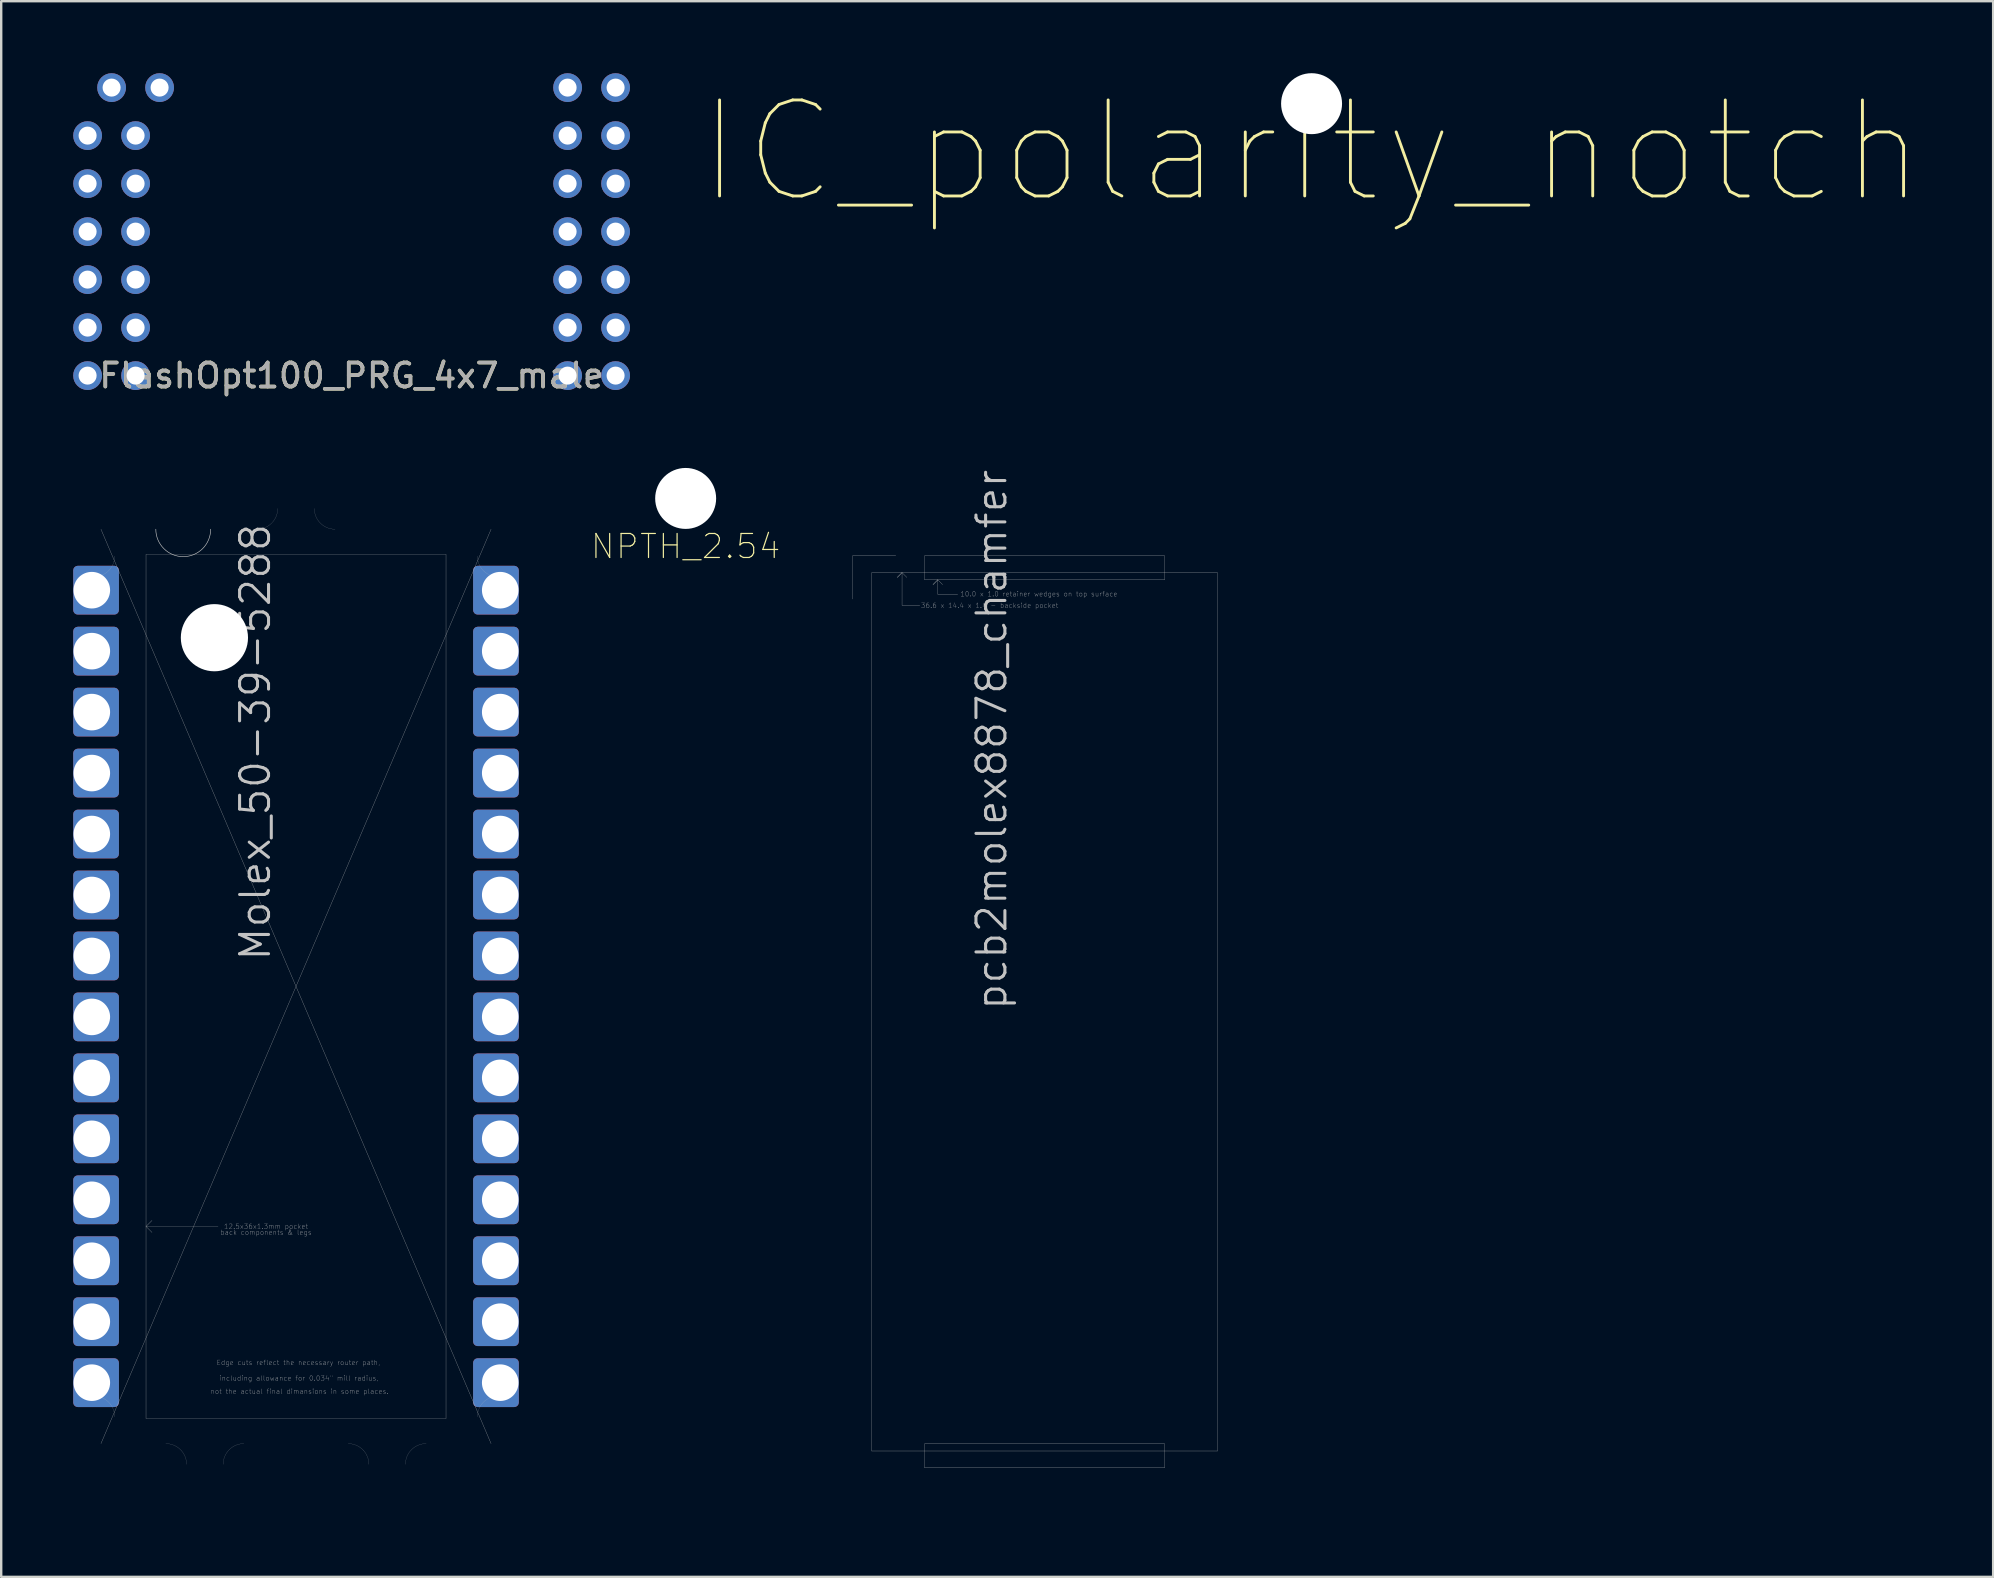
<source format=kicad_pcb>
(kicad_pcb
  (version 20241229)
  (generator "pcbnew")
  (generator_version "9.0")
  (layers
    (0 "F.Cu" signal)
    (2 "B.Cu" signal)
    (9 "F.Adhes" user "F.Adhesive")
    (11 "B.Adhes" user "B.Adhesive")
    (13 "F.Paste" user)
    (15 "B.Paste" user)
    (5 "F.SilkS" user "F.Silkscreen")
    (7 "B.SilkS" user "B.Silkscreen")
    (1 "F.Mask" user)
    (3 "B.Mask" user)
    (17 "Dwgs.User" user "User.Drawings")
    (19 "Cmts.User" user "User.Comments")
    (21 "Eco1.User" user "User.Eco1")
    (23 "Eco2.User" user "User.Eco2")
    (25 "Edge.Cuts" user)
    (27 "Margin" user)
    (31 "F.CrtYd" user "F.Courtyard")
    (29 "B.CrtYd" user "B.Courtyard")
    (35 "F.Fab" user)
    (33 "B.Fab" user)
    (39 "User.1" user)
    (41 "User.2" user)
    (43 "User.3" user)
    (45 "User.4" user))
  (footprint "IC_polarity_notch"
    (layer "F.Cu")
    (at 51.599 1.27)
    (property "Reference" "IC_polarity_notch" (at 0 2 0) (layer "F.SilkS") (effects (font (size 4 4) (thickness 0.12))))
    (attr through_hole)
    (pad "" np_thru_hole circle (at 0 0) (size 2.54 2.54) (drill 2.54) (layers "*.Cu" "*.Mask")))
  (footprint "NPTH_2.54"
    (layer "F.Cu")
    (at 25.519 17.718)
    (property "Reference" "NPTH_2.54" (at 0 2 0) (layer "F.SilkS") (effects (font (size 1 1) (thickness 0.05))))
    (attr through_hole)
    (pad "" np_thru_hole circle (at 0 0) (size 2.54 2.54) (drill 2.54) (layers "*.Cu" "*.Mask")))
  (footprint "FlashOpt100_PRG_4x7_male"
    (layer "F.Cu")
    (at 11.6 6.6)
    (property "Reference" "FlashOpt100_PRG_4x7_male" (at 0 6 0) (unlocked yes) (layer "F.SilkS") (effects (font (size 1 1) (thickness 0.15))))
    (attr through_hole)
    (fp_text user "${REFERENCE}" (at 0 6 0) (layer "F.Fab") (effects (font (size 1 1) (thickness 0.15))))
    (pad "1" thru_hole circle (at -8 -6) (size 1.2 1.2) (drill 0.75) (layers "*.Cu" "*.Mask"))
    (pad "2" thru_hole circle (at -10 -6) (size 1.2 1.2) (drill 0.75) (layers "*.Cu" "*.Mask"))
    (pad "3" thru_hole circle (at -9 -4) (size 1.2 1.2) (drill 0.75) (layers "*.Cu" "*.Mask"))
    (pad "4" thru_hole circle (at -11 -4) (size 1.2 1.2) (drill 0.75) (layers "*.Cu" "*.Mask"))
    (pad "5" thru_hole circle (at -9 -2) (size 1.2 1.2) (drill 0.75) (layers "*.Cu" "*.Mask"))
    (pad "6" thru_hole circle (at -11 -2) (size 1.2 1.2) (drill 0.75) (layers "*.Cu" "*.Mask"))
    (pad "7" thru_hole circle (at -9 0) (size 1.2 1.2) (drill 0.75) (layers "*.Cu" "*.Mask"))
    (pad "8" thru_hole circle (at -11 0) (size 1.2 1.2) (drill 0.75) (layers "*.Cu" "*.Mask"))
    (pad "9" thru_hole circle (at -9 2) (size 1.2 1.2) (drill 0.75) (layers "*.Cu" "*.Mask"))
    (pad "10" thru_hole circle (at -11 2) (size 1.2 1.2) (drill 0.75) (layers "*.Cu" "*.Mask"))
    (pad "11" thru_hole circle (at -9 4) (size 1.2 1.2) (drill 0.75) (layers "*.Cu" "*.Mask"))
    (pad "12" thru_hole circle (at -11 4) (size 1.2 1.2) (drill 0.75) (layers "*.Cu" "*.Mask"))
    (pad "13" thru_hole circle (at -9 6) (size 1.2 1.2) (drill 0.75) (layers "*.Cu" "*.Mask"))
    (pad "14" thru_hole circle (at -11 6) (size 1.2 1.2) (drill 0.75) (layers "*.Cu" "*.Mask"))
    (pad "15" thru_hole circle (at 9 6) (size 1.2 1.2) (drill 0.75) (layers "*.Cu" "*.Mask"))
    (pad "16" thru_hole circle (at 11 6) (size 1.2 1.2) (drill 0.75) (layers "*.Cu" "*.Mask"))
    (pad "17" thru_hole circle (at 9 4) (size 1.2 1.2) (drill 0.75) (layers "*.Cu" "*.Mask"))
    (pad "18" thru_hole circle (at 11 4) (size 1.2 1.2) (drill 0.75) (layers "*.Cu" "*.Mask"))
    (pad "19" thru_hole circle (at 9 2) (size 1.2 1.2) (drill 0.75) (layers "*.Cu" "*.Mask"))
    (pad "20" thru_hole circle (at 11 2) (size 1.2 1.2) (drill 0.75) (layers "*.Cu" "*.Mask"))
    (pad "21" thru_hole circle (at 9 0) (size 1.2 1.2) (drill 0.75) (layers "*.Cu" "*.Mask"))
    (pad "22" thru_hole circle (at 11 0) (size 1.2 1.2) (drill 0.75) (layers "*.Cu" "*.Mask"))
    (pad "23" thru_hole circle (at 9 -2) (size 1.2 1.2) (drill 0.75) (layers "*.Cu" "*.Mask"))
    (pad "24" thru_hole circle (at 11 -2) (size 1.2 1.2) (drill 0.75) (layers "*.Cu" "*.Mask"))
    (pad "25" thru_hole circle (at 9 -4) (size 1.2 1.2) (drill 0.75) (layers "*.Cu" "*.Mask"))
    (pad "26" thru_hole circle (at 11 -4) (size 1.2 1.2) (drill 0.75) (layers "*.Cu" "*.Mask"))
    (pad "27" thru_hole circle (at 9 -6) (size 1.2 1.2) (drill 0.75) (layers "*.Cu" "*.Mask"))
    (pad "28" thru_hole circle (at 11 -6) (size 1.2 1.2) (drill 0.75) (layers "*.Cu" "*.Mask")))
  (footprint "Molex_50-39-5288"
    (layer "F.Cu")
    (at 9.284 38.051)
    (property "Reference" "Molex_50-39-5288" (at -0.991 -0.991 270) (layer "Dwgs.User") (effects (font (size 1.206 1.206) (thickness 0.127)) (justify left bottom)))
    (attr through_hole)
    (fp_line (start -8.128 -19.05) (end 8.128 19.05) (stroke (width 0.01) (type solid)) (layer "Dwgs.User"))
    (fp_line (start -8.128 19.05) (end 8.128 -19.05) (stroke (width 0.01) (type solid)) (layer "Dwgs.User"))
    (fp_line (start -6.25 -18) (end -6.25 18) (stroke (width 0.01) (type solid)) (layer "Dwgs.User"))
    (fp_line (start -6.25 10) (end -6 10.25) (stroke (width 0.01) (type solid)) (layer "Dwgs.User"))
    (fp_line (start -6.25 10) (end -3.25 10) (stroke (width 0.01) (type solid)) (layer "Dwgs.User"))
    (fp_line (start -6.25 18) (end 6.25 18) (stroke (width 0.01) (type solid)) (layer "Dwgs.User"))
    (fp_line (start -6 9.75) (end -6.25 10) (stroke (width 0.01) (type solid)) (layer "Dwgs.User"))
    (fp_line (start 6.25 -18) (end -6.25 -18) (stroke (width 0.01) (type solid)) (layer "Dwgs.User"))
    (fp_line (start 6.25 18) (end 6.25 -18) (stroke (width 0.01) (type solid)) (layer "Dwgs.User"))
    (fp_arc (start -8.4201 17.0688) (mid -7.809443 17.321743) (end -7.5565 17.9324) (stroke (width 0.00508) (type solid)) (layer "Dwgs.User"))
    (fp_arc (start -7.5565 -17.9324) (mid -7.809443 -17.321743) (end -8.4201 -17.0688) (stroke (width 0.00508) (type solid)) (layer "Dwgs.User"))
    (fp_arc (start -5.4229 19.05) (mid -4.812243 19.302943) (end -4.5593 19.9136) (stroke (width 0.00508) (type solid)) (layer "Dwgs.User"))
    (fp_arc (start -3.556 -19.05) (mid -4.699 -17.907) (end -5.842 -19.05) (stroke (width 0.0254) (type solid)) (layer "Dwgs.User"))
    (fp_arc (start -3.0353 19.9136) (mid -2.782357 19.302943) (end -2.1717 19.05) (stroke (width 0.00508) (type solid)) (layer "Dwgs.User"))
    (fp_arc (start -0.762 -19.9136) (mid -1.014943 -19.302943) (end -1.6256 -19.05) (stroke (width 0.00508) (type solid)) (layer "Dwgs.User"))
    (fp_arc (start 1.6256 -19.05) (mid 1.014943 -19.302943) (end 0.762 -19.9136) (stroke (width 0.00508) (type solid)) (layer "Dwgs.User"))
    (fp_arc (start 2.1717 19.05) (mid 2.782357 19.302943) (end 3.0353 19.9136) (stroke (width 0.00508) (type solid)) (layer "Dwgs.User"))
    (fp_arc (start 4.5593 19.9136) (mid 4.812243 19.302943) (end 5.4229 19.05) (stroke (width 0.00508) (type solid)) (layer "Dwgs.User"))
    (fp_arc (start 7.5565 17.9324) (mid 7.809443 17.321743) (end 8.4201 17.0688) (stroke (width 0.00508) (type solid)) (layer "Dwgs.User"))
    (fp_arc (start 8.4201 -17.0688) (mid 7.809443 -17.321743) (end 7.5565 -17.9324) (stroke (width 0.00508) (type solid)) (layer "Dwgs.User"))
    (fp_line (start -8.128 -19.05) (end -0.762 -19.05) (stroke (width 0.025) (type solid)) (layer "Eco1.User"))
    (fp_line (start -8.128 19.05) (end -8.128 -19.05) (stroke (width 0.025) (type solid)) (layer "Eco1.User"))
    (fp_line (start -4.559 19.05) (end -8.128 19.05) (stroke (width 0.025) (type solid)) (layer "Eco1.User"))
    (fp_line (start -4.559 19.05) (end -4.559 21.59) (stroke (width 0.025) (type solid)) (layer "Eco1.User"))
    (fp_line (start -4.559 21.59) (end -3.035 21.59) (stroke (width 0.025) (type solid)) (layer "Eco1.User"))
    (fp_line (start -3.035 21.59) (end -3.035 19.05) (stroke (width 0.025) (type solid)) (layer "Eco1.User"))
    (fp_line (start -0.762 -21.59) (end 0.762 -21.59) (stroke (width 0.025) (type solid)) (layer "Eco1.User"))
    (fp_line (start -0.762 -19.05) (end -0.762 -21.59) (stroke (width 0.025) (type solid)) (layer "Eco1.User"))
    (fp_line (start 0.762 -21.59) (end 0.762 -19.05) (stroke (width 0.025) (type solid)) (layer "Eco1.User"))
    (fp_line (start 0.762 -19.05) (end 8.128 -19.05) (stroke (width 0.025) (type solid)) (layer "Eco1.User"))
    (fp_line (start 3.035 19.05) (end -3.035 19.05) (stroke (width 0.025) (type solid)) (layer "Eco1.User"))
    (fp_line (start 3.035 21.59) (end 3.035 19.05) (stroke (width 0.025) (type solid)) (layer "Eco1.User"))
    (fp_line (start 4.559 19.05) (end 4.559 21.59) (stroke (width 0.025) (type solid)) (layer "Eco1.User"))
    (fp_line (start 4.559 21.59) (end 3.035 21.59) (stroke (width 0.025) (type solid)) (layer "Eco1.User"))
    (fp_line (start 8.128 19.05) (end 4.559 19.05) (stroke (width 0.025) (type solid)) (layer "Eco1.User"))
    (fp_line (start 8.128 19.05) (end 8.128 -19.05) (stroke (width 0.025) (type solid)) (layer "Eco1.User"))
    (fp_line (start -8.128 -17.069) (end -8.128 17.069) (stroke (width 0.01) (type solid)) (layer "Eco2.User"))
    (fp_line (start -8.128 -17.069) (end -7.556 -17.069) (stroke (width 0.01) (type solid)) (layer "Eco2.User"))
    (fp_line (start -7.556 -18.644) (end 7.556 -18.644) (stroke (width 0.01) (type solid)) (layer "Eco2.User"))
    (fp_line (start -7.556 -17.069) (end -7.556 -18.644) (stroke (width 0.01) (type solid)) (layer "Eco2.User"))
    (fp_line (start -7.556 17.069) (end -8.128 17.069) (stroke (width 0.01) (type solid)) (layer "Eco2.User"))
    (fp_line (start -7.556 18.644) (end -7.556 17.069) (stroke (width 0.01) (type solid)) (layer "Eco2.User"))
    (fp_line (start -7.556 18.644) (end 7.556 18.644) (stroke (width 0.01) (type solid)) (layer "Eco2.User"))
    (fp_line (start 7.556 -18.644) (end 7.556 -17.069) (stroke (width 0.01) (type solid)) (layer "Eco2.User"))
    (fp_line (start 7.556 -17.069) (end 8.128 -17.069) (stroke (width 0.01) (type solid)) (layer "Eco2.User"))
    (fp_line (start 7.556 17.069) (end 8.128 17.069) (stroke (width 0.01) (type solid)) (layer "Eco2.User"))
    (fp_line (start 7.556 18.644) (end 7.556 17.069) (stroke (width 0.01) (type solid)) (layer "Eco2.User"))
    (fp_line (start 8.128 17.069) (end 8.128 -17.069) (stroke (width 0.01) (type solid)) (layer "Eco2.User"))
    (fp_text user "12.5x36x1.3mm pocket" (at -1.25 10 0) (layer "Dwgs.User") (effects (font (size 0.2 0.2) (thickness 0.01))))
    (fp_text user "back components & legs" (at -1.25 10.25 0) (layer "Dwgs.User") (effects (font (size 0.2 0.2) (thickness 0.01))))
    (fp_text user "including allowance for 0.034\" mill radius," (at 0.125 16.325 0) (layer "Dwgs.User") (effects (font (size 0.2 0.2) (thickness 0.01))))
    (fp_text user "not the actual final dimansions in some places." (at 0.15 16.875 0) (layer "Dwgs.User") (effects (font (size 0.2 0.2) (thickness 0.01))))
    (fp_text user "Edge cuts reflect the necessary router path," (at 0.1 15.675 0) (layer "Dwgs.User") (effects (font (size 0.2 0.2) (thickness 0.01))))
    (fp_text user "May delete NPTH mechanical polarity hole." (at 0 12.75 0) (layer "Eco1.User") (effects (font (size 0.2 0.2) (thickness 0.01))))
    (fp_text user "Eco1.User is Edge.Cuts for use without carrier." (at -0.03 12.25 0) (layer "Eco1.User") (effects (font (size 0.2 0.2) (thickness 0.01))))
    (fp_text user "Eco2.User is Edge.Cuts for use with" (at 0.075 13.5 0) (layer "Eco2.User") (effects (font (size 0.2 0.2) (thickness 0.01))))
    (fp_text user "thingiverse.com/thing:3723135" (at 0 14 0) (layer "Eco2.User") (effects (font (size 0.2 0.2) (thickness 0.01))))
    (pad "" np_thru_hole circle (at -3.4 -14.53) (size 2.8 2.8) (drill 2.8) (layers "*.Cu" "*.Mask"))
    (pad "1" thru_hole roundrect (at -8.509 -16.51) (size 1.905 2.032) (drill 1.524 (offset 0.178 0)) (layers "*.Cu" "*.Mask") (roundrect_rratio 0.1))
    (pad "2" thru_hole roundrect (at -8.509 -13.97) (size 1.905 2.032) (drill 1.524 (offset 0.178 0)) (layers "*.Cu" "*.Mask") (roundrect_rratio 0.1))
    (pad "3" thru_hole roundrect (at -8.509 -11.43) (size 1.905 2.032) (drill 1.524 (offset 0.178 0)) (layers "*.Cu" "*.Mask") (roundrect_rratio 0.1))
    (pad "4" thru_hole roundrect (at -8.509 -8.89) (size 1.905 2.032) (drill 1.524 (offset 0.178 0)) (layers "*.Cu" "*.Mask") (roundrect_rratio 0.1))
    (pad "5" thru_hole roundrect (at -8.509 -6.35) (size 1.905 2.032) (drill 1.524 (offset 0.178 0)) (layers "*.Cu" "*.Mask") (roundrect_rratio 0.1))
    (pad "6" thru_hole roundrect (at -8.509 -3.81) (size 1.905 2.032) (drill 1.524 (offset 0.178 0)) (layers "*.Cu" "*.Mask") (roundrect_rratio 0.1))
    (pad "7" thru_hole roundrect (at -8.509 -1.27) (size 1.905 2.032) (drill 1.524 (offset 0.178 0)) (layers "*.Cu" "*.Mask") (roundrect_rratio 0.1))
    (pad "8" thru_hole roundrect (at -8.509 1.27) (size 1.905 2.032) (drill 1.524 (offset 0.178 0)) (layers "*.Cu" "*.Mask") (roundrect_rratio 0.1))
    (pad "9" thru_hole roundrect (at -8.509 3.81) (size 1.905 2.032) (drill 1.524 (offset 0.178 0)) (layers "*.Cu" "*.Mask") (roundrect_rratio 0.1))
    (pad "10" thru_hole roundrect (at -8.509 6.35) (size 1.905 2.032) (drill 1.524 (offset 0.178 0)) (layers "*.Cu" "*.Mask") (roundrect_rratio 0.1))
    (pad "11" thru_hole roundrect (at -8.509 8.89) (size 1.905 2.032) (drill 1.524 (offset 0.178 0)) (layers "*.Cu" "*.Mask") (roundrect_rratio 0.1))
    (pad "12" thru_hole roundrect (at -8.509 11.43) (size 1.905 2.032) (drill 1.524 (offset 0.178 0)) (layers "*.Cu" "*.Mask") (roundrect_rratio 0.1))
    (pad "13" thru_hole roundrect (at -8.509 13.97) (size 1.905 2.032) (drill 1.524 (offset 0.178 0)) (layers "*.Cu" "*.Mask") (roundrect_rratio 0.1))
    (pad "14" thru_hole roundrect (at -8.509 16.51) (size 1.905 2.032) (drill 1.524 (offset 0.178 0)) (layers "*.Cu" "*.Mask") (roundrect_rratio 0.1))
    (pad "15" thru_hole roundrect (at 8.509 16.51 180) (size 1.905 2.032) (drill 1.524 (offset 0.178 0)) (layers "*.Cu" "*.Mask") (roundrect_rratio 0.1))
    (pad "16" thru_hole roundrect (at 8.509 13.97 180) (size 1.905 2.032) (drill 1.524 (offset 0.178 0)) (layers "*.Cu" "*.Mask") (roundrect_rratio 0.1))
    (pad "17" thru_hole roundrect (at 8.509 11.43 180) (size 1.905 2.032) (drill 1.524 (offset 0.178 0)) (layers "*.Cu" "*.Mask") (roundrect_rratio 0.1))
    (pad "18" thru_hole roundrect (at 8.509 8.89 180) (size 1.905 2.032) (drill 1.524 (offset 0.178 0)) (layers "*.Cu" "*.Mask") (roundrect_rratio 0.1))
    (pad "19" thru_hole roundrect (at 8.509 6.35 180) (size 1.905 2.032) (drill 1.524 (offset 0.178 0)) (layers "*.Cu" "*.Mask") (roundrect_rratio 0.1))
    (pad "20" thru_hole roundrect (at 8.509 3.81 180) (size 1.905 2.032) (drill 1.524 (offset 0.178 0)) (layers "*.Cu" "*.Mask") (roundrect_rratio 0.1))
    (pad "21" thru_hole roundrect (at 8.509 1.27 180) (size 1.905 2.032) (drill 1.524 (offset 0.178 0)) (layers "*.Cu" "*.Mask") (roundrect_rratio 0.1))
    (pad "22" thru_hole roundrect (at 8.509 -1.27 180) (size 1.905 2.032) (drill 1.524 (offset 0.178 0)) (layers "*.Cu" "*.Mask") (roundrect_rratio 0.1))
    (pad "23" thru_hole roundrect (at 8.509 -3.81 180) (size 1.905 2.032) (drill 1.524 (offset 0.178 0)) (layers "*.Cu" "*.Mask") (roundrect_rratio 0.1))
    (pad "24" thru_hole roundrect (at 8.509 -6.35 180) (size 1.905 2.032) (drill 1.524 (offset 0.178 0)) (layers "*.Cu" "*.Mask") (roundrect_rratio 0.1))
    (pad "25" thru_hole roundrect (at 8.509 -8.89 180) (size 1.905 2.032) (drill 1.524 (offset 0.178 0)) (layers "*.Cu" "*.Mask") (roundrect_rratio 0.1))
    (pad "26" thru_hole roundrect (at 8.509 -11.43 180) (size 1.905 2.032) (drill 1.524 (offset 0.178 0)) (layers "*.Cu" "*.Mask") (roundrect_rratio 0.1))
    (pad "27" thru_hole roundrect (at 8.509 -13.97 180) (size 1.905 2.032) (drill 1.524 (offset 0.178 0)) (layers "*.Cu" "*.Mask") (roundrect_rratio 0.1))
    (pad "28" thru_hole roundrect (at 8.509 -16.51 180) (size 1.905 2.032) (drill 1.524 (offset 0.178 0)) (layers "*.Cu" "*.Mask") (roundrect_rratio 0.1)))
  (footprint "pcb2molex8878_chamfer"
    (layer "F.Cu")
    (at 40.475 39.109)
    (property "Reference" "pcb2molex8878_chamfer" (at -1.5 0 270) (layer "Dwgs.User") (effects (font (size 1.206 1.206) (thickness 0.127)) (justify left bottom)))
    (attr exclude_from_pos_files exclude_from_bom)
    (fp_line (start -8 -19) (end -8 -17.2) (stroke (width 0.01) (type solid)) (layer "Dwgs.User"))
    (fp_line (start -8 -19) (end -6.2 -19) (stroke (width 0.01) (type solid)) (layer "Dwgs.User"))
    (fp_line (start -7.2 -18.3) (end 7.2 -18.3) (stroke (width 0.01) (type solid)) (layer "Dwgs.User"))
    (fp_line (start -7.2 18.3) (end -7.2 -18.3) (stroke (width 0.01) (type solid)) (layer "Dwgs.User"))
    (fp_line (start -6.14 -18.1) (end -5.94 -18.3) (stroke (width 0.01) (type solid)) (layer "Dwgs.User"))
    (fp_line (start -5.94 -18.3) (end -6.14 -18.1) (stroke (width 0.01) (type solid)) (layer "Dwgs.User"))
    (fp_line (start -5.94 -18.3) (end -5.94 -16.94) (stroke (width 0.01) (type solid)) (layer "Dwgs.User"))
    (fp_line (start -5.94 -18.3) (end -5.74 -18.1) (stroke (width 0.01) (type solid)) (layer "Dwgs.User"))
    (fp_line (start -5.94 -16.94) (end -5.2 -16.94) (stroke (width 0.01) (type solid)) (layer "Dwgs.User"))
    (fp_line (start -5 -19) (end -5 -18) (stroke (width 0.01) (type solid)) (layer "Dwgs.User"))
    (fp_line (start -5 -18) (end 5 -18) (stroke (width 0.01) (type solid)) (layer "Dwgs.User"))
    (fp_line (start -5 18) (end 5 18) (stroke (width 0.01) (type solid)) (layer "Dwgs.User"))
    (fp_line (start -5 19) (end -5 18) (stroke (width 0.01) (type solid)) (layer "Dwgs.User"))
    (fp_line (start -4.65 -17.8) (end -4.45 -18) (stroke (width 0.01) (type solid)) (layer "Dwgs.User"))
    (fp_line (start -4.45 -18) (end -4.65 -17.8) (stroke (width 0.01) (type solid)) (layer "Dwgs.User"))
    (fp_line (start -4.45 -18) (end -4.45 -17.4) (stroke (width 0.01) (type solid)) (layer "Dwgs.User"))
    (fp_line (start -4.45 -18) (end -4.25 -17.8) (stroke (width 0.01) (type solid)) (layer "Dwgs.User"))
    (fp_line (start -4.45 -17.4) (end -3.62 -17.4) (stroke (width 0.01) (type solid)) (layer "Dwgs.User"))
    (fp_line (start 5 -19) (end -5 -19) (stroke (width 0.01) (type solid)) (layer "Dwgs.User"))
    (fp_line (start 5 -18) (end 5 -19) (stroke (width 0.01) (type solid)) (layer "Dwgs.User"))
    (fp_line (start 5 18) (end 5 19) (stroke (width 0.01) (type solid)) (layer "Dwgs.User"))
    (fp_line (start 5 19) (end -5 19) (stroke (width 0.01) (type solid)) (layer "Dwgs.User"))
    (fp_line (start 7.2 -18.3) (end 7.2 18.3) (stroke (width 0.01) (type solid)) (layer "Dwgs.User"))
    (fp_line (start 7.2 18.3) (end -7.2 18.3) (stroke (width 0.01) (type solid)) (layer "Dwgs.User"))
    (fp_line (start -8 -17.2) (end -6.2 -19) (stroke (width 0.01) (type solid)) (layer "Eco2.User"))
    (fp_line (start -8 19) (end -8 -17.2) (stroke (width 0.01) (type solid)) (layer "Eco2.User"))
    (fp_line (start -6.2 -19) (end 8 -19) (stroke (width 0.01) (type solid)) (layer "Eco2.User"))
    (fp_line (start 8 -19) (end 8 19) (stroke (width 0.01) (type solid)) (layer "Eco2.User"))
    (fp_line (start 8 19) (end -8 19) (stroke (width 0.01) (type solid)) (layer "Eco2.User"))
    (fp_text user "10.0 x 1.0 retainer wedges on top surface" (at -0.24 -17.41 0) (layer "Dwgs.User") (effects (font (size 0.2 0.2) (thickness 0.01))))
    (fp_text user "36.6 x 14.4 x 1.4 - backside pocket" (at -2.29 -16.93 0) (layer "Dwgs.User") (effects (font (size 0.2 0.2) (thickness 0.01))))
    (fp_text user "Eco2.User is Edge.Cuts for use with \"pcb2molex8878_chamfer\" carrier." (at -0.05 13.65 0) (layer "Eco2.User") (effects (font (size 0.2 0.2) (thickness 0.01)))))
  (gr_rect
    (start -3 -3)
    (end 79.998 62.654)
    (stroke (width 0.1) (type default))
    (fill no)
    (layer "Edge.Cuts")))
</source>
